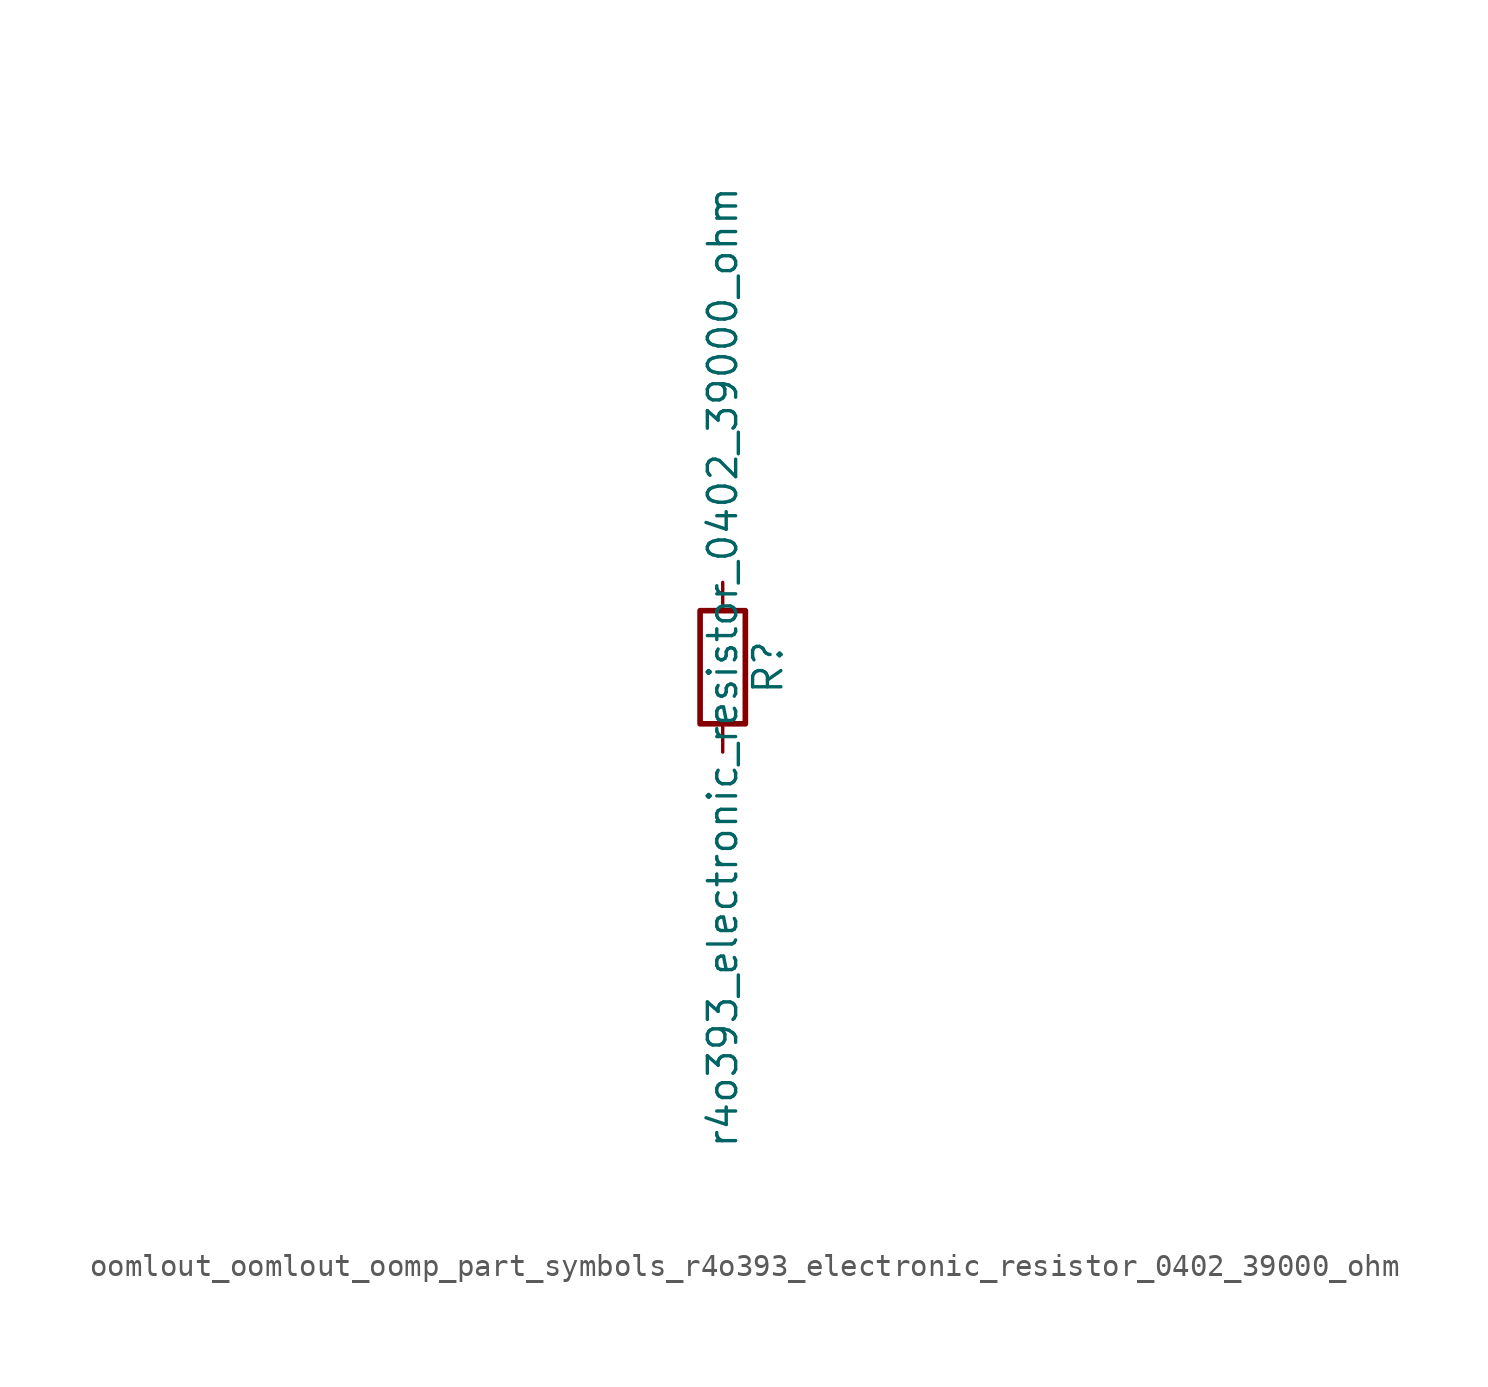
<source format=kicad_sym>
(kicad_symbol_lib
  (version 20220914)
  (generator kicad_symbol_editor)
  (symbol "oomlout_oomlout_oomp_part_symbols_r4o393_electronic_resistor_0402_39000_ohm"
    (pin_numbers hide)
    (pin_names
      (offset 0))
    (property "Reference" "R"
      (at 2.032 0 90)
      (effects (font (size 1.27 1.27))))
    (property "Value" "r4o393_electronic_resistor_0402_39000_ohm"
      (at 0 0 90)
      (effects (font (size 1.27 1.27))))
    (symbol "oomlout_oomlout_oomp_part_symbols_r4o393_electronic_resistor_0402_39000_ohm_0_1"
      (rectangle (start -1.016 -2.54) (end 1.016 2.54) (stroke (width 0.254) (type default)) (fill (type none))))
    (symbol "oomlout_oomlout_oomp_part_symbols_r4o393_electronic_resistor_0402_39000_ohm_1_1"
      (pin passive line (at 0 3.81 270) (length 1.27) (name "~" (effects (font (size 1.27 1.27)))) (number "1" (effects (font (size 1.27 1.27)))))
      (pin passive line (at 0 -3.81 90) (length 1.27) (name "~" (effects (font (size 1.27 1.27)))) (number "2" (effects (font (size 1.27 1.27))))))))
</source>
